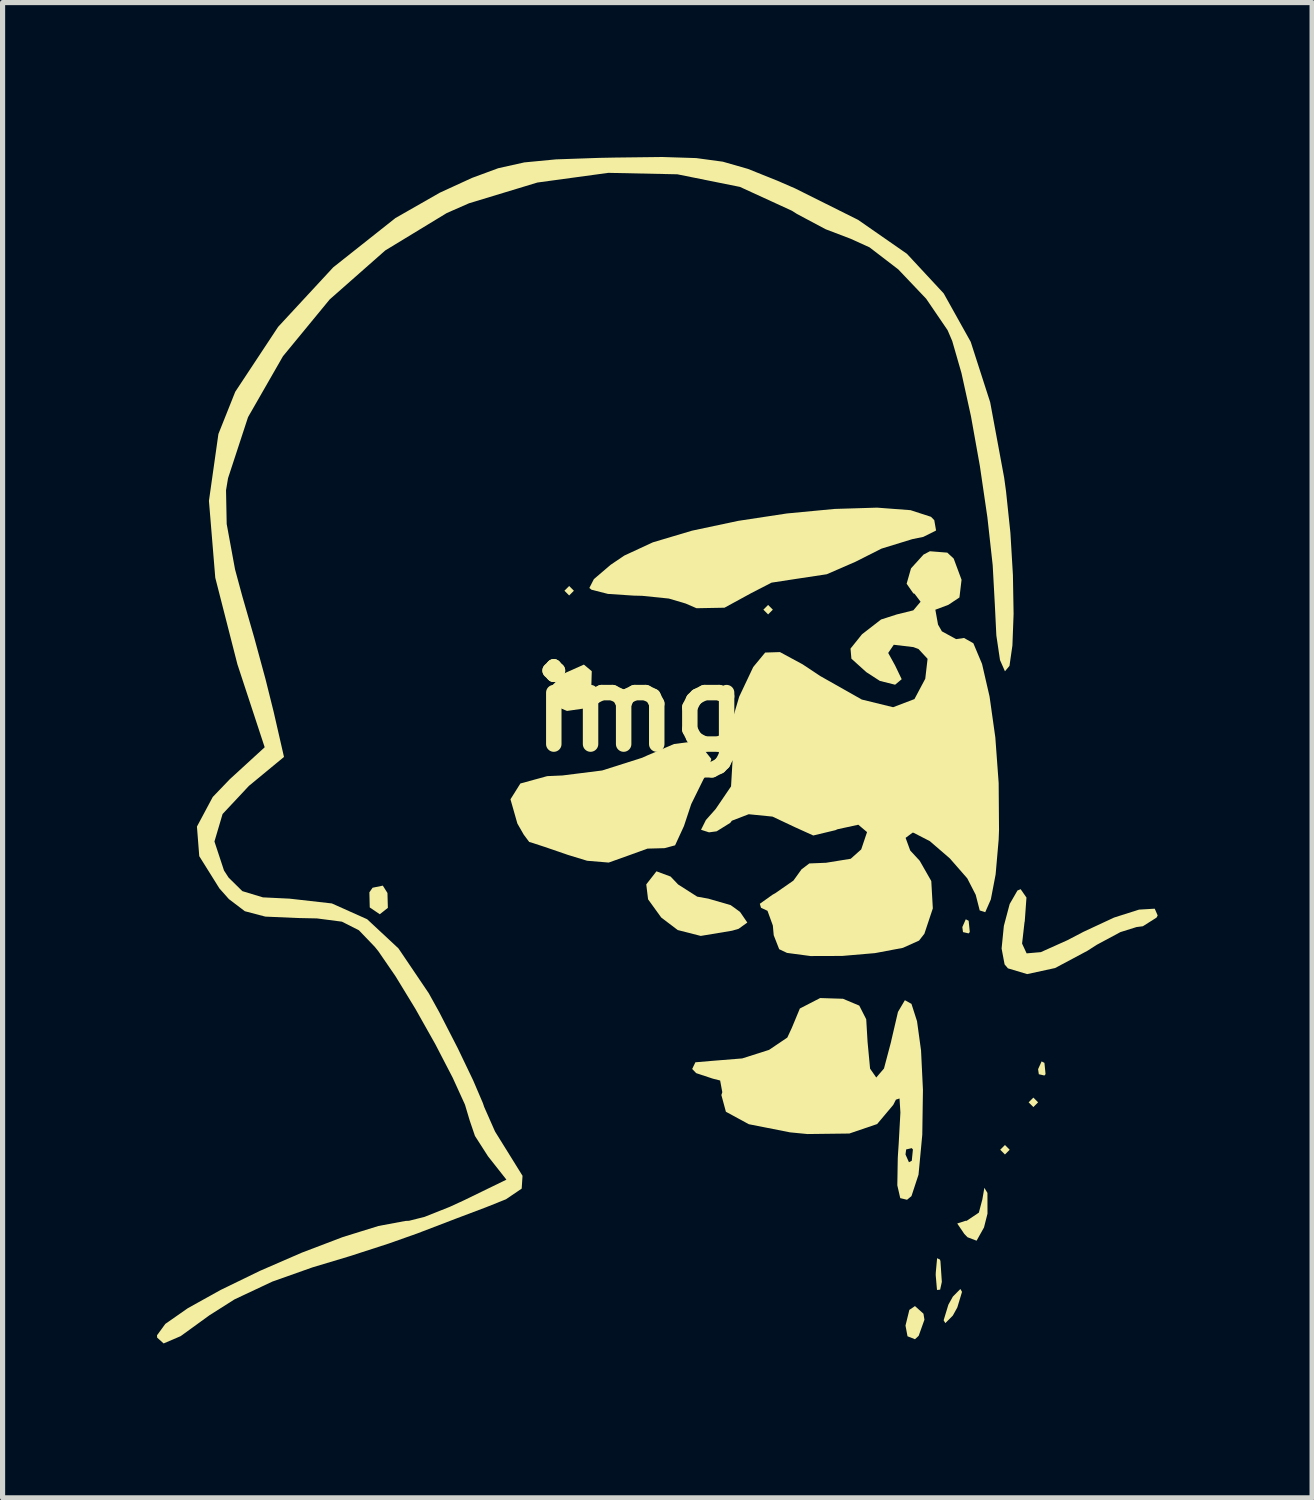
<source format=kicad_pcb>
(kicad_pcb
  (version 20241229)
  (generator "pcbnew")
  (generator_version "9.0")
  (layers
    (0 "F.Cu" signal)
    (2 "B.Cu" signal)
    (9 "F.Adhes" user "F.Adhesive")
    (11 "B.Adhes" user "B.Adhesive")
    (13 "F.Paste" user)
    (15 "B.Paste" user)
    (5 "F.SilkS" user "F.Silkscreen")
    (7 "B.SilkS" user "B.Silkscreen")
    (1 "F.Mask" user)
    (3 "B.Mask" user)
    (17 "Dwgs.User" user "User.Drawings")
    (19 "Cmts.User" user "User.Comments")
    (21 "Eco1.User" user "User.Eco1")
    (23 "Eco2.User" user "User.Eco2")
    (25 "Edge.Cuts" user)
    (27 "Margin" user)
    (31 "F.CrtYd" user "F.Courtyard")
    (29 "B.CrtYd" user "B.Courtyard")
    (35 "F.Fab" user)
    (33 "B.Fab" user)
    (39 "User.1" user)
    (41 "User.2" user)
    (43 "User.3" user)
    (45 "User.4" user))
  (footprint "img"
    (layer "F.Cu")
    (at 9.387 10.727)
    (property "Reference" "img" (at 0 0 0) (layer "F.SilkS") (effects (font (size 1.5 1.5) (thickness 0.3))))
    (attr board_only exclude_from_pos_files exclude_from_bom)
    (fp_poly (pts (xy -1.288 -2.301) (xy -1.38 -2.209) (xy -1.472 -2.301) (xy -1.38 -2.393)) (stroke (width 0) (type solid)) (fill yes) (layer "F.SilkS"))
    (fp_poly (pts (xy 2.577 -1.933) (xy 2.485 -1.841) (xy 2.393 -1.933) (xy 2.485 -2.025)) (stroke (width 0) (type solid)) (fill yes) (layer "F.SilkS"))
    (fp_poly (pts (xy 7.178 8.559) (xy 7.086 8.651) (xy 6.994 8.559) (xy 7.086 8.467)) (stroke (width 0) (type solid)) (fill yes) (layer "F.SilkS"))
    (fp_poly (pts (xy 7.73 7.638) (xy 7.638 7.73) (xy 7.546 7.638) (xy 7.638 7.546)) (stroke (width 0) (type solid)) (fill yes) (layer "F.SilkS"))
    (fp_poly (pts (xy 6.381 4.111) (xy 6.403 4.329) (xy 6.381 4.356) (xy 6.271 4.331) (xy 6.258 4.233) (xy 6.325 4.082)) (stroke (width 0) (type solid)) (fill yes) (layer "F.SilkS"))
    (fp_poly (pts (xy 7.853 6.871) (xy 7.875 7.09) (xy 7.853 7.117) (xy 7.744 7.092) (xy 7.73 6.994) (xy 7.798 6.843)) (stroke (width 0) (type solid)) (fill yes) (layer "F.SilkS"))
    (fp_poly (pts (xy -4.91 3.571) (xy -4.902 3.86) (xy -5.059 3.984) (xy -5.254 3.852) (xy -5.261 3.558) (xy -5.199 3.469) (xy -5 3.428)) (stroke (width 0) (type solid)) (fill yes) (layer "F.SilkS"))
    (fp_poly (pts (xy 5.503 11.744) (xy 5.522 11.861) (xy 5.41 12.174) (xy 5.338 12.24) (xy 5.193 12.183) (xy 5.154 11.975) (xy 5.229 11.67) (xy 5.338 11.596)) (stroke (width 0) (type solid)) (fill yes) (layer "F.SilkS"))
    (fp_poly (pts (xy 5.824 10.693) (xy 5.833 10.725) (xy 5.86 11.126) (xy 5.827 11.277) (xy 5.766 11.283) (xy 5.741 10.995) (xy 5.742 10.951) (xy 5.768 10.666)) (stroke (width 0) (type solid)) (fill yes) (layer "F.SilkS"))
    (fp_poly (pts (xy 6.252 11.32) (xy 6.161 11.622) (xy 6.074 11.78) (xy 5.928 11.927) (xy 5.895 11.872) (xy 5.987 11.569) (xy 6.074 11.412) (xy 6.22 11.264)) (stroke (width 0) (type solid)) (fill yes) (layer "F.SilkS"))
    (fp_poly (pts (xy -0.941 -0.738) (xy -0.952 -0.339) (xy -1.086 -0.014) (xy -1.419 0.034) (xy -1.426 0.033) (xy -1.773 -0.116) (xy -1.794 -0.377) (xy -1.486 -0.685) (xy -1.455 -0.705) (xy -1.094 -0.866)) (stroke (width 0) (type solid)) (fill yes) (layer "F.SilkS"))
    (fp_poly (pts (xy 6.746 9.398) (xy 6.747 9.8) (xy 6.679 10.069) (xy 6.535 10.326) (xy 6.359 10.259) (xy 6.297 10.195) (xy 6.159 9.992) (xy 6.321 9.939) (xy 6.343 9.939) (xy 6.579 9.781) (xy 6.647 9.525) (xy 6.686 9.299)) (stroke (width 0) (type solid)) (fill yes) (layer "F.SilkS"))
    (fp_poly (pts (xy 0.591 3.252) (xy 0.736 3.405) (xy 1.107 3.642) (xy 1.324 3.681) (xy 1.758 3.807) (xy 1.939 3.938) (xy 2.081 4.145) (xy 1.912 4.267) (xy 1.788 4.303) (xy 1.176 4.405) (xy 0.729 4.291) (xy 0.409 4.048) (xy 0.153 3.694) (xy 0.118 3.404) (xy 0.316 3.15)) (stroke (width 0) (type solid)) (fill yes) (layer "F.SilkS"))
    (fp_poly (pts (xy 1.205 0.744) (xy 1.382 0.967) (xy 1.303 1.241) (xy 1.23 1.36) (xy 0.992 1.843) (xy 0.85 2.271) (xy 0.678 2.645) (xy 0.475 2.7) (xy 0.142 2.709) (xy -0.228 2.843) (xy -0.612 2.98) (xy -1.031 2.945) (xy -1.401 2.832) (xy -1.855 2.676) (xy -2.127 2.587) (xy -2.156 2.58) (xy -2.262 2.438) (xy -2.386 2.222) (xy -2.52 1.751) (xy -2.328 1.444) (xy -1.807 1.301) (xy -1.511 1.288) (xy -0.739 1.191) (xy 0.038 0.944) (xy 0.131 0.902) (xy 0.657 0.677) (xy 0.984 0.634)) (stroke (width 0) (type solid)) (fill yes) (layer "F.SilkS"))
    (fp_poly (pts (xy 7.504 3.66) (xy 7.471 4.119) (xy 7.466 4.141) (xy 7.419 4.554) (xy 7.507 4.744) (xy 7.783 4.72) (xy 8.298 4.489) (xy 8.612 4.325) (xy 9.207 4.048) (xy 9.691 3.894) (xy 9.996 3.876) (xy 10.053 4.008) (xy 10.031 4.049) (xy 9.766 4.217) (xy 9.642 4.233) (xy 9.329 4.331) (xy 8.869 4.578) (xy 8.69 4.693) (xy 8.06 5.029) (xy 7.518 5.147) (xy 7.144 5.035) (xy 7.079 4.958) (xy 7.021 4.65) (xy 7.065 4.21) (xy 7.178 3.785) (xy 7.329 3.523) (xy 7.391 3.497)) (stroke (width 0) (type solid)) (fill yes) (layer "F.SilkS"))
    (fp_poly (pts (xy 5.252 -3.866) (xy 5.649 -3.737) (xy 5.713 -3.672) (xy 5.748 -3.471) (xy 5.498 -3.346) (xy 5.286 -3.303) (xy 4.688 -3.119) (xy 4.177 -2.861) (xy 3.624 -2.621) (xy 3.075 -2.538) (xy 2.552 -2.458) (xy 2.158 -2.255) (xy 1.638 -1.971) (xy 1.094 -1.961) (xy 0.881 -2.053) (xy 0.556 -2.149) (xy 0.038 -2.202) (xy -0.127 -2.206) (xy -0.626 -2.239) (xy -0.945 -2.32) (xy -0.988 -2.354) (xy -0.9 -2.526) (xy -0.575 -2.804) (xy -0.309 -2.984) (xy 0.246 -3.241) (xy 1.008 -3.468) (xy 1.902 -3.658) (xy 2.85 -3.802) (xy 3.775 -3.89) (xy 4.602 -3.915)) (stroke (width 0) (type solid)) (fill yes) (layer "F.SilkS"))
    (fp_poly (pts (xy 3.94 5.626) (xy 4.256 5.759) (xy 4.391 6.024) (xy 4.417 6.462) (xy 4.466 6.984) (xy 4.586 7.156) (xy 4.736 6.981) (xy 4.874 6.46) (xy 4.877 6.443) (xy 5.008 5.881) (xy 5.142 5.654) (xy 5.27 5.725) (xy 5.378 6.062) (xy 5.456 6.63) (xy 5.493 7.395) (xy 5.48 8.268) (xy 5.407 9.043) (xy 5.27 9.46) (xy 5.184 9.531) (xy 5.052 9.499) (xy 4.995 9.25) (xy 5.004 8.72) (xy 5.008 8.651) (xy 5.154 8.651) (xy 5.221 8.802) (xy 5.276 8.773) (xy 5.298 8.555) (xy 5.276 8.528) (xy 5.167 8.553) (xy 5.154 8.651) (xy 5.008 8.651) (xy 5.022 8.441) (xy 5.055 7.836) (xy 5.038 7.563) (xy 4.968 7.586) (xy 4.916 7.688) (xy 4.603 8.06) (xy 4.063 8.244) (xy 3.249 8.254) (xy 2.91 8.221) (xy 2.11 8.063) (xy 1.665 7.821) (xy 1.577 7.496) (xy 1.595 7.441) (xy 1.553 7.214) (xy 1.411 7.178) (xy 1.088 7.071) (xy 1.01 6.99) (xy 1.072 6.86) (xy 1.413 6.831) (xy 1.982 6.785) (xy 2.503 6.619) (xy 2.858 6.38) (xy 2.945 6.193) (xy 3.102 5.815) (xy 3.496 5.612)) (stroke (width 0) (type solid)) (fill yes) (layer "F.SilkS"))
    (fp_poly (pts (xy 5.966 -3.041) (xy 6.09 -2.926) (xy 6.243 -2.514) (xy 6.202 -2.17) (xy 5.984 -2.025) (xy 5.982 -2.025) (xy 5.734 -1.932) (xy 5.786 -1.643) (xy 5.861 -1.512) (xy 6.137 -1.361) (xy 6.291 -1.383) (xy 6.472 -1.281) (xy 6.641 -0.879) (xy 6.787 -0.246) (xy 6.899 0.548) (xy 6.964 1.435) (xy 6.971 2.346) (xy 6.964 2.533) (xy 6.905 3.21) (xy 6.812 3.696) (xy 6.703 3.944) (xy 6.596 3.91) (xy 6.518 3.606) (xy 6.354 3.287) (xy 6.016 2.9) (xy 5.627 2.564) (xy 5.311 2.401) (xy 5.292 2.399) (xy 5.156 2.5) (xy 5.246 2.746) (xy 5.43 2.945) (xy 5.655 3.339) (xy 5.685 3.87) (xy 5.521 4.363) (xy 5.417 4.496) (xy 5.103 4.637) (xy 4.563 4.739) (xy 3.923 4.794) (xy 3.31 4.796) (xy 2.852 4.735) (xy 2.7 4.663) (xy 2.594 4.392) (xy 2.577 4.203) (xy 2.473 3.917) (xy 2.347 3.858) (xy 2.324 3.781) (xy 2.572 3.604) (xy 2.623 3.576) (xy 2.977 3.33) (xy 3.129 3.119) (xy 3.129 3.116) (xy 3.285 2.997) (xy 3.61 2.984) (xy 4.09 2.906) (xy 4.294 2.724) (xy 4.407 2.388) (xy 4.237 2.245) (xy 3.833 2.333) (xy 3.792 2.351) (xy 3.362 2.454) (xy 3.009 2.294) (xy 2.57 2.087) (xy 2.108 2.041) (xy 1.781 2.167) (xy 1.749 2.209) (xy 1.485 2.373) (xy 1.337 2.393) (xy 1.182 2.343) (xy 1.276 2.154) (xy 1.465 1.941) (xy 1.765 1.5) (xy 1.793 1.017) (xy 1.775 0.917) (xy 1.78 0.245) (xy 1.923 -0.242) (xy 2.196 -0.819) (xy 2.428 -1.1) (xy 2.715 -1.109) (xy 3.154 -0.872) (xy 3.499 -0.643) (xy 4.305 -0.187) (xy 4.913 -0.038) (xy 5.328 -0.196) (xy 5.538 -0.591) (xy 5.583 -0.978) (xy 5.406 -1.169) (xy 5.306 -1.206) (xy 4.926 -1.251) (xy 4.818 -1.092) (xy 4.952 -0.849) (xy 5.08 -0.582) (xy 4.952 -0.475) (xy 4.656 -0.549) (xy 4.392 -0.72) (xy 4.103 -0.981) (xy 4.086 -1.177) (xy 4.309 -1.455) (xy 4.679 -1.742) (xy 4.987 -1.841) (xy 5.306 -1.92) (xy 5.447 -2.087) (xy 5.331 -2.241) (xy 5.306 -2.25) (xy 5.176 -2.437) (xy 5.261 -2.735) (xy 5.504 -3.003) (xy 5.628 -3.068)) (stroke (width 0) (type solid)) (fill yes) (layer "F.SilkS"))
    (fp_poly (pts (xy 1.087 -10.706) (xy 1.605 -10.636) (xy 2.093 -10.496) (xy 2.664 -10.267) (xy 3.011 -10.116) (xy 4.233 -9.506) (xy 5.181 -8.847) (xy 5.896 -8.077) (xy 6.421 -7.136) (xy 6.799 -5.963) (xy 7.071 -4.496) (xy 7.107 -4.233) (xy 7.192 -3.425) (xy 7.241 -2.605) (xy 7.254 -1.85) (xy 7.231 -1.237) (xy 7.174 -0.841) (xy 7.086 -0.736) (xy 6.99 -0.954) (xy 6.919 -1.433) (xy 6.89 -2.025) (xy 6.848 -2.796) (xy 6.745 -3.727) (xy 6.599 -4.724) (xy 6.426 -5.69) (xy 6.241 -6.531) (xy 6.062 -7.152) (xy 5.972 -7.362) (xy 5.555 -7.974) (xy 5.013 -8.544) (xy 4.455 -8.972) (xy 4.087 -9.139) (xy 3.604 -9.323) (xy 3.048 -9.619) (xy 2.945 -9.684) (xy 1.938 -10.146) (xy 0.721 -10.391) (xy -0.619 -10.419) (xy -1.997 -10.231) (xy -3.325 -9.828) (xy -3.758 -9.638) (xy -4.952 -8.912) (xy -6.032 -7.96) (xy -6.94 -6.856) (xy -7.618 -5.674) (xy -8.007 -4.487) (xy -8.046 -4.253) (xy -8.033 -3.597) (xy -7.871 -2.716) (xy -7.73 -2.195) (xy -7.497 -1.386) (xy -7.278 -0.58) (xy -7.121 0.05) (xy -6.92 0.928) (xy -7.601 1.49) (xy -8.113 2.037) (xy -8.271 2.571) (xy -8.085 3.135) (xy -7.996 3.272) (xy -7.729 3.535) (xy -7.33 3.656) (xy -6.812 3.681) (xy -5.99 3.774) (xy -5.304 4.081) (xy -4.696 4.648) (xy -4.108 5.518) (xy -3.902 5.89) (xy -3.544 6.587) (xy -3.245 7.211) (xy -3.056 7.653) (xy -3.031 7.727) (xy -2.82 8.205) (xy -2.518 8.691) (xy -2.286 9.065) (xy -2.302 9.314) (xy -2.607 9.521) (xy -2.994 9.676) (xy -3.571 9.894) (xy -4.221 10.143) (xy -4.325 10.183) (xy -4.887 10.382) (xy -5.637 10.625) (xy -6.366 10.844) (xy -7.145 11.12) (xy -7.881 11.466) (xy -8.37 11.776) (xy -8.927 12.18) (xy -9.258 12.322) (xy -9.384 12.209) (xy -9.387 12.164) (xy -9.225 11.942) (xy -8.788 11.637) (xy -8.151 11.283) (xy -7.388 10.912) (xy -6.573 10.558) (xy -5.78 10.256) (xy -5.085 10.04) (xy -4.56 9.942) (xy -4.491 9.939) (xy -4.189 9.863) (xy -3.701 9.669) (xy -3.421 9.54) (xy -2.599 9.14) (xy -2.956 8.687) (xy -3.21 8.291) (xy -3.313 7.988) (xy -3.404 7.683) (xy -3.643 7.159) (xy -3.981 6.507) (xy -4.368 5.82) (xy -4.753 5.189) (xy -5.086 4.704) (xy -5.155 4.618) (xy -5.465 4.295) (xy -5.795 4.128) (xy -6.281 4.065) (xy -6.656 4.057) (xy -7.282 4.03) (xy -7.681 3.925) (xy -7.99 3.69) (xy -8.174 3.483) (xy -8.566 2.856) (xy -8.611 2.281) (xy -8.304 1.706) (xy -7.973 1.361) (xy -7.295 0.74) (xy -7.825 -0.872) (xy -8.255 -2.554) (xy -8.378 -4.047) (xy -8.194 -5.346) (xy -7.867 -6.166) (xy -7.034 -7.427) (xy -5.963 -8.584) (xy -4.755 -9.541) (xy -3.892 -10.034) (xy -3.267 -10.321) (xy -2.758 -10.509) (xy -2.251 -10.622) (xy -1.635 -10.681) (xy -0.797 -10.71) (xy -0.487 -10.716) (xy 0.428 -10.727)) (stroke (width 0) (type solid)) (fill yes) (layer "F.SilkS")))
  (gr_rect
    (start -3 -3)
    (end 22.44 26.048)
    (stroke (width 0.1) (type default))
    (fill no)
    (layer "Edge.Cuts")))
</source>
